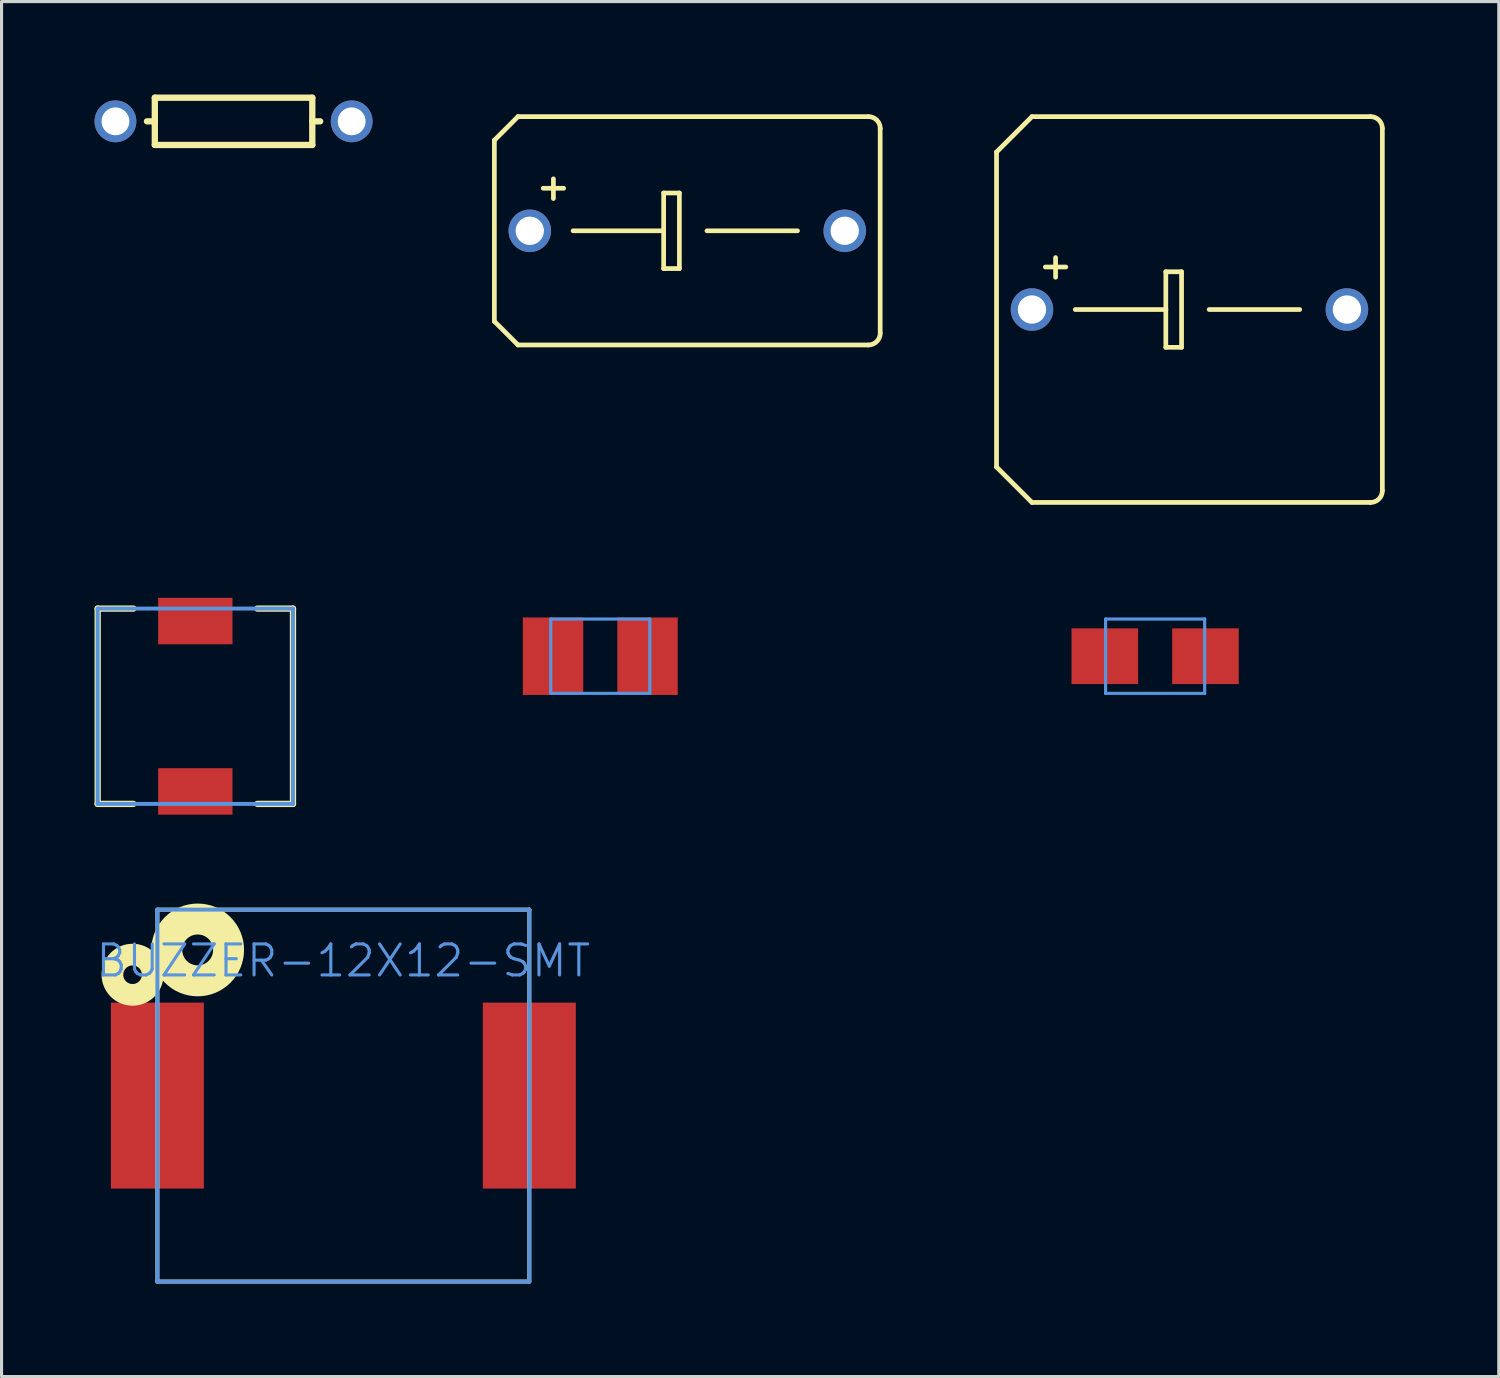
<source format=kicad_pcb>
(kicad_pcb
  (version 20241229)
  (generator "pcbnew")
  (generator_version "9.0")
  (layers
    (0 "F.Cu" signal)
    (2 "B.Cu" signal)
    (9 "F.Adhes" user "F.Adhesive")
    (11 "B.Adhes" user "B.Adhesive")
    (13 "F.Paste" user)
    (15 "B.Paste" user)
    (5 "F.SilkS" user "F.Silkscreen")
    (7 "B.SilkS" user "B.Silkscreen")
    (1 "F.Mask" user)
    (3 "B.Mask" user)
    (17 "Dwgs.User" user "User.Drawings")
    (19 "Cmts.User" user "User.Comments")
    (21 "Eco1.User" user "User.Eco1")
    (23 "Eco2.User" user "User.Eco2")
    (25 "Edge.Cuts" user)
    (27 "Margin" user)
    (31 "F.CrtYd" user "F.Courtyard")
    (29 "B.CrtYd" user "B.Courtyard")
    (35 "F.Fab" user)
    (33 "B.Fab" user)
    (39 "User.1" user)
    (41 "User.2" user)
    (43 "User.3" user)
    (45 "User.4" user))
  (footprint "B45181C"
    (layer "F.Cu")
    (at 19.12 4.395)
    (property "Reference" "B45181C" (at -2.794 -3.429 0) (layer "Eco1.User") (effects (font (size 1.27 1.27) (thickness 0.127))))
    (attr through_hole)
    (fp_line (start -6.223 -2.921) (end -6.223 2.921) (stroke (width 0.152) (type solid)) (layer "F.SilkS"))
    (fp_line (start -6.223 -2.921) (end -5.461 -3.683) (stroke (width 0.152) (type solid)) (layer "F.SilkS"))
    (fp_line (start -5.461 3.683) (end -6.223 2.921) (stroke (width 0.152) (type solid)) (layer "F.SilkS"))
    (fp_line (start -5.461 3.683) (end 5.842 3.683) (stroke (width 0.152) (type solid)) (layer "F.SilkS"))
    (fp_line (start -4.318 -1.676) (end -4.318 -1.041) (stroke (width 0.152) (type solid)) (layer "F.SilkS"))
    (fp_line (start -3.988 -1.372) (end -4.648 -1.372) (stroke (width 0.152) (type solid)) (layer "F.SilkS"))
    (fp_line (start -3.683 0) (end -0.762 0) (stroke (width 0.152) (type solid)) (layer "F.SilkS"))
    (fp_line (start -0.762 -1.219) (end -0.762 0) (stroke (width 0.152) (type solid)) (layer "F.SilkS"))
    (fp_line (start -0.762 0) (end -0.762 1.219) (stroke (width 0.152) (type solid)) (layer "F.SilkS"))
    (fp_line (start -0.762 1.219) (end -0.254 1.219) (stroke (width 0.152) (type solid)) (layer "F.SilkS"))
    (fp_line (start -0.254 -1.219) (end -0.762 -1.219) (stroke (width 0.152) (type solid)) (layer "F.SilkS"))
    (fp_line (start -0.254 1.219) (end -0.254 -1.219) (stroke (width 0.152) (type solid)) (layer "F.SilkS"))
    (fp_line (start 0.635 0) (end 3.556 0) (stroke (width 0.152) (type solid)) (layer "F.SilkS"))
    (fp_line (start 5.842 -3.683) (end -5.461 -3.683) (stroke (width 0.152) (type solid)) (layer "F.SilkS"))
    (fp_line (start 6.223 -3.302) (end 6.223 3.302) (stroke (width 0.152) (type solid)) (layer "F.SilkS"))
    (fp_arc (start 5.842 -3.683) (mid 6.113204 -3.570664) (end 6.22554 -3.29946) (stroke (width 0.1524) (type solid)) (layer "F.SilkS"))
    (fp_arc (start 6.22554 3.29946) (mid 6.113204 3.570664) (end 5.842 3.683) (stroke (width 0.1524) (type solid)) (layer "F.SilkS"))
    (pad "+" thru_hole oval (at -5.08 0) (size 1.372 1.372) (drill 0.914) (layers "*.Cu" "*.Mask"))
    (pad "-" thru_hole oval (at 5.08 0) (size 1.372 1.372) (drill 0.914) (layers "*.Cu" "*.Mask")))
  (footprint "B45181D"
    (layer "F.Cu")
    (at 35.319 6.935)
    (property "Reference" "B45181D" (at -2.54 -5.969 0) (layer "Eco1.User") (effects (font (size 1.27 1.27) (thickness 0.127))))
    (attr through_hole)
    (fp_line (start -6.223 -5.08) (end -6.223 5.08) (stroke (width 0.152) (type solid)) (layer "F.SilkS"))
    (fp_line (start -6.223 -5.08) (end -5.08 -6.223) (stroke (width 0.152) (type solid)) (layer "F.SilkS"))
    (fp_line (start -5.08 6.223) (end -6.223 5.08) (stroke (width 0.152) (type solid)) (layer "F.SilkS"))
    (fp_line (start -5.08 6.223) (end 5.842 6.223) (stroke (width 0.152) (type solid)) (layer "F.SilkS"))
    (fp_line (start -4.318 -1.676) (end -4.318 -1.041) (stroke (width 0.152) (type solid)) (layer "F.SilkS"))
    (fp_line (start -3.988 -1.372) (end -4.648 -1.372) (stroke (width 0.152) (type solid)) (layer "F.SilkS"))
    (fp_line (start -3.683 0) (end -0.762 0) (stroke (width 0.152) (type solid)) (layer "F.SilkS"))
    (fp_line (start -0.762 -1.219) (end -0.762 0) (stroke (width 0.152) (type solid)) (layer "F.SilkS"))
    (fp_line (start -0.762 0) (end -0.762 1.219) (stroke (width 0.152) (type solid)) (layer "F.SilkS"))
    (fp_line (start -0.762 1.219) (end -0.254 1.219) (stroke (width 0.152) (type solid)) (layer "F.SilkS"))
    (fp_line (start -0.254 -1.219) (end -0.762 -1.219) (stroke (width 0.152) (type solid)) (layer "F.SilkS"))
    (fp_line (start -0.254 1.219) (end -0.254 -1.219) (stroke (width 0.152) (type solid)) (layer "F.SilkS"))
    (fp_line (start 0.635 0) (end 3.556 0) (stroke (width 0.152) (type solid)) (layer "F.SilkS"))
    (fp_line (start 5.842 -6.223) (end -5.08 -6.223) (stroke (width 0.152) (type solid)) (layer "F.SilkS"))
    (fp_line (start 6.223 -5.842) (end 6.223 5.842) (stroke (width 0.152) (type solid)) (layer "F.SilkS"))
    (fp_arc (start 5.842 -6.223) (mid 6.111408 -6.111408) (end 6.223 -5.842) (stroke (width 0.1524) (type solid)) (layer "F.SilkS"))
    (fp_arc (start 6.223 5.842) (mid 6.111408 6.111408) (end 5.842 6.223) (stroke (width 0.1524) (type solid)) (layer "F.SilkS"))
    (pad "+" thru_hole oval (at -5.08 0) (size 1.372 1.372) (drill 0.914) (layers "*.Cu" "*.Mask"))
    (pad "-" thru_hole oval (at 5.08 0) (size 1.372 1.372) (drill 0.914) (layers "*.Cu" "*.Mask")))
  (footprint "B%2f3528-21W"
    (layer "F.Cu")
    (at 34.212 18.118)
    (property "Reference" "B%2f3528-21W" (at 0.592 -0.963 0) (layer "Eco1.User") (effects (font (size 1.27 1.27) (thickness 0.102))))
    (attr through_hole)
    (fp_line (start -1.598 -1.199) (end 1.598 -1.199) (stroke (width 0.102) (type solid)) (layer "Cmts.User"))
    (fp_line (start -1.598 1.199) (end -1.598 -1.199) (stroke (width 0.102) (type solid)) (layer "Cmts.User"))
    (fp_line (start 1.598 -1.199) (end 1.598 1.199) (stroke (width 0.102) (type solid)) (layer "Cmts.User"))
    (fp_line (start 1.598 1.199) (end -1.598 1.199) (stroke (width 0.102) (type solid)) (layer "Cmts.User"))
    (pad "+" smd rect (at 1.623 0) (size 2.149 1.798) (layers "F.Cu" "F.Mask" "F.Paste"))
    (pad "-" smd rect (at -1.623 0) (size 2.149 1.798) (layers "F.Cu" "F.Mask" "F.Paste")))
  (footprint "AXIAL-0.3"
    (layer "F.Cu")
    (at 4.484 0.864)
    (property "Reference" "AXIAL-0.3" (at 0 0 0) (layer "Cmts.User") (effects (font (size 0.001 0.001) (thickness 0.000001))))
    (attr through_hole)
    (fp_line (start -2.54 -0.762) (end 2.54 -0.762) (stroke (width 0.203) (type solid)) (layer "F.SilkS"))
    (fp_line (start -2.54 0) (end -2.794 0) (stroke (width 0.203) (type solid)) (layer "F.SilkS"))
    (fp_line (start -2.54 0) (end -2.54 -0.762) (stroke (width 0.203) (type solid)) (layer "F.SilkS"))
    (fp_line (start -2.54 0.762) (end -2.54 0) (stroke (width 0.203) (type solid)) (layer "F.SilkS"))
    (fp_line (start 2.54 -0.762) (end 2.54 0) (stroke (width 0.203) (type solid)) (layer "F.SilkS"))
    (fp_line (start 2.54 0) (end 2.54 0.762) (stroke (width 0.203) (type solid)) (layer "F.SilkS"))
    (fp_line (start 2.54 0) (end 2.794 0) (stroke (width 0.203) (type solid)) (layer "F.SilkS"))
    (fp_line (start 2.54 0.762) (end -2.54 0.762) (stroke (width 0.203) (type solid)) (layer "F.SilkS"))
    (pad "P$1" thru_hole oval (at -3.81 0) (size 1.349 1.349) (drill 0.899) (layers "*.Cu" "*.Mask"))
    (pad "P$2" thru_hole oval (at 3.81 0) (size 1.349 1.349) (drill 0.899) (layers "*.Cu" "*.Mask")))
  (footprint "B%2f3528-21R"
    (layer "F.Cu")
    (at 16.314 18.118)
    (property "Reference" "B%2f3528-21R" (at 0.592 -0.963 0) (layer "Eco1.User") (effects (font (size 1.27 1.27) (thickness 0.102))))
    (attr through_hole)
    (fp_line (start -1.598 -1.199) (end 1.598 -1.199) (stroke (width 0.102) (type solid)) (layer "Cmts.User"))
    (fp_line (start -1.598 1.199) (end -1.598 -1.199) (stroke (width 0.102) (type solid)) (layer "Cmts.User"))
    (fp_line (start 1.598 -1.199) (end 1.598 1.199) (stroke (width 0.102) (type solid)) (layer "Cmts.User"))
    (fp_line (start 1.598 1.199) (end -1.598 1.199) (stroke (width 0.102) (type solid)) (layer "Cmts.User"))
    (pad "+" smd rect (at 1.524 0) (size 1.948 2.499) (layers "F.Cu" "F.Mask" "F.Paste"))
    (pad "-" smd rect (at -1.524 0) (size 1.948 2.499) (layers "F.Cu" "F.Mask" "F.Paste")))
  (footprint "BUZZER-12X12-SMT"
    (layer "F.Cu")
    (at 8.026 32.292)
    (property "Reference" "BUZZER-12X12-SMT" (at 0 -4.35 0) (layer "Cmts.User") (effects (font (size 1 1) (thickness 0.1))))
    (attr through_hole)
    (fp_line (start -5.999 -5.999) (end -5.999 5.999) (stroke (width 0.127) (type solid)) (layer "F.SilkS"))
    (fp_line (start -5.999 5.999) (end 5.999 5.999) (stroke (width 0.127) (type solid)) (layer "F.SilkS"))
    (fp_line (start 5.999 -5.999) (end -5.999 -5.999) (stroke (width 0.127) (type solid)) (layer "F.SilkS"))
    (fp_line (start 5.999 5.999) (end 5.999 -5.999) (stroke (width 0.127) (type solid)) (layer "F.SilkS"))
    (fp_circle (center -6.8 -3.899) (end -6.5 -3.899) (stroke (width 0.699) (type solid)) (fill no) (layer "F.SilkS"))
    (fp_circle (center -4.699 -4.699) (end -4.201 -4.699) (stroke (width 0.998) (type solid)) (fill no) (layer "F.SilkS"))
    (fp_line (start -5.999 -5.999) (end -5.999 5.999) (stroke (width 0.127) (type solid)) (layer "Cmts.User"))
    (fp_line (start -5.999 5.999) (end 5.999 5.999) (stroke (width 0.127) (type solid)) (layer "Cmts.User"))
    (fp_line (start 5.999 -5.999) (end -5.999 -5.999) (stroke (width 0.127) (type solid)) (layer "Cmts.User"))
    (fp_line (start 5.999 5.999) (end 5.999 -5.999) (stroke (width 0.127) (type solid)) (layer "Cmts.User"))
    (pad "1" smd rect (at -5.999 0) (size 3 5.999) (layers "F.Cu" "F.Mask" "F.Paste"))
    (pad "2" smd rect (at 5.999 0) (size 3 5.999) (layers "F.Cu" "F.Mask" "F.Paste")))
  (footprint "B82462G"
    (layer "F.Cu")
    (at 3.251 19.732)
    (property "Reference" "B82462G" (at 0 0 0) (layer "Cmts.User") (effects (font (size 0.001 0.001) (thickness 0.000001))))
    (attr through_hole)
    (fp_line (start -3.15 -3.15) (end -3.15 3.15) (stroke (width 0.203) (type solid)) (layer "F.SilkS"))
    (fp_line (start -3.15 -3.15) (end -1.999 -3.15) (stroke (width 0.203) (type solid)) (layer "F.SilkS"))
    (fp_line (start -3.15 3.15) (end -1.999 3.15) (stroke (width 0.203) (type solid)) (layer "F.SilkS"))
    (fp_line (start 1.999 3.15) (end 3.15 3.15) (stroke (width 0.203) (type solid)) (layer "F.SilkS"))
    (fp_line (start 3.15 -3.15) (end 1.999 -3.15) (stroke (width 0.203) (type solid)) (layer "F.SilkS"))
    (fp_line (start 3.15 3.15) (end 3.15 -3.15) (stroke (width 0.203) (type solid)) (layer "F.SilkS"))
    (fp_line (start -3.15 -3.15) (end -3.15 3.15) (stroke (width 0.127) (type solid)) (layer "Cmts.User"))
    (fp_line (start -3.15 3.15) (end 3.15 3.15) (stroke (width 0.127) (type solid)) (layer "Cmts.User"))
    (fp_line (start 3.15 -3.15) (end -3.15 -3.15) (stroke (width 0.127) (type solid)) (layer "Cmts.User"))
    (fp_line (start 3.15 3.15) (end 3.15 -3.15) (stroke (width 0.127) (type solid)) (layer "Cmts.User"))
    (pad "P$1" smd rect (at 0 -2.748) (size 2.398 1.499) (layers "F.Cu" "F.Mask" "F.Paste"))
    (pad "P$2" smd rect (at 0 2.748) (size 2.398 1.499) (layers "F.Cu" "F.Mask" "F.Paste")))
  (gr_rect
    (start -3 -3)
    (end 45.298 41.355)
    (stroke (width 0.1) (type default))
    (fill no)
    (layer "Edge.Cuts")))
</source>
